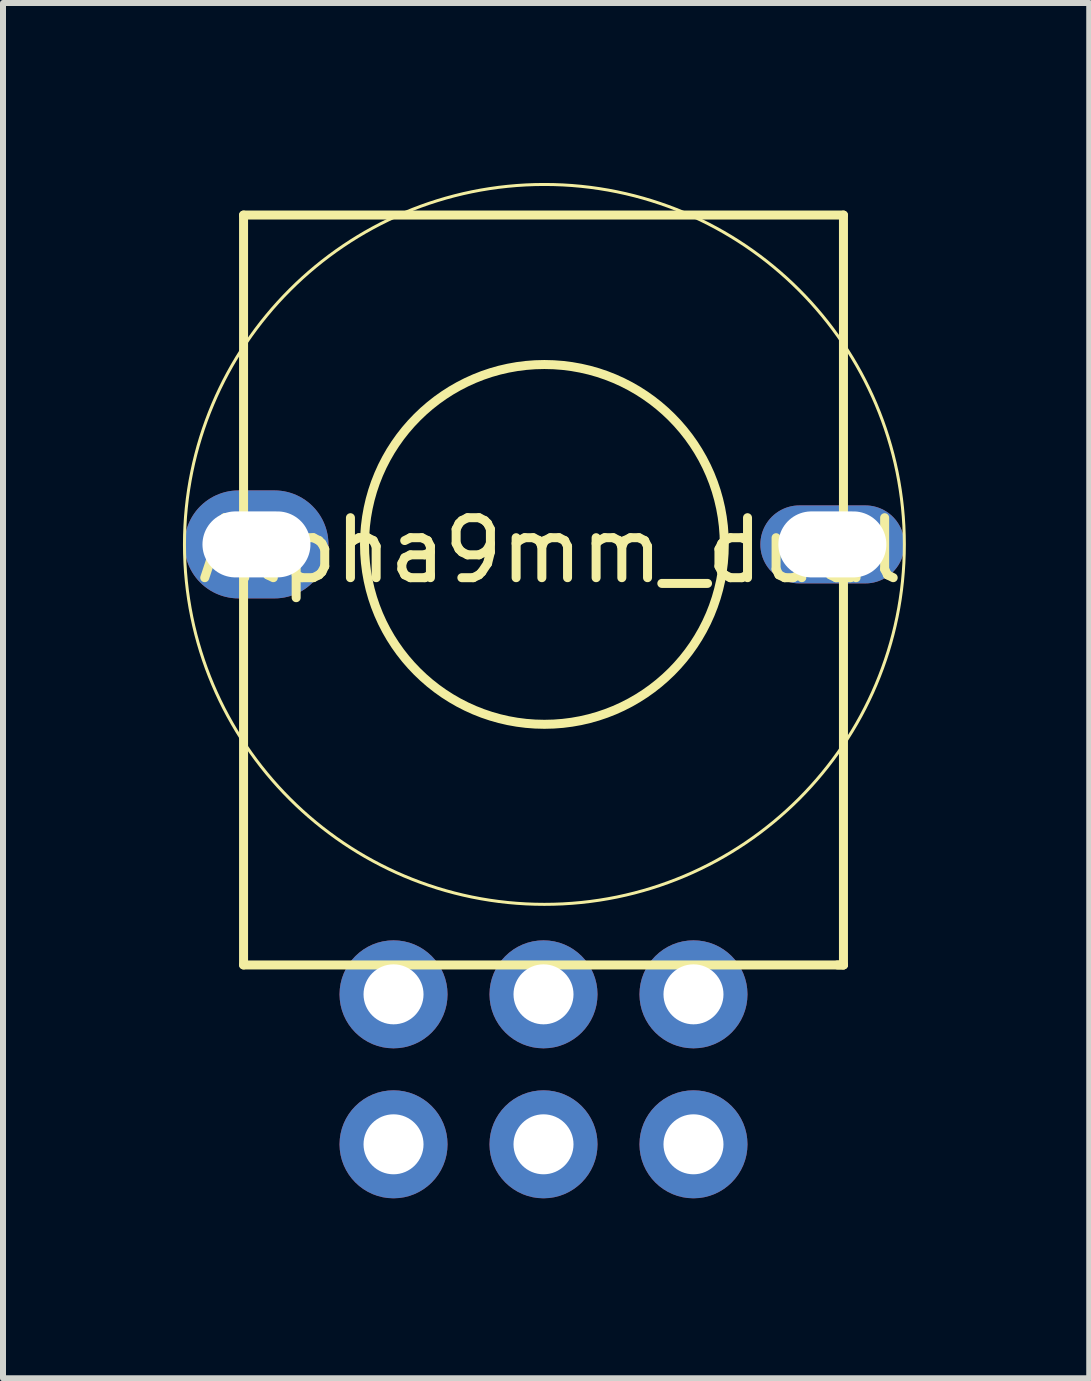
<source format=kicad_pcb>
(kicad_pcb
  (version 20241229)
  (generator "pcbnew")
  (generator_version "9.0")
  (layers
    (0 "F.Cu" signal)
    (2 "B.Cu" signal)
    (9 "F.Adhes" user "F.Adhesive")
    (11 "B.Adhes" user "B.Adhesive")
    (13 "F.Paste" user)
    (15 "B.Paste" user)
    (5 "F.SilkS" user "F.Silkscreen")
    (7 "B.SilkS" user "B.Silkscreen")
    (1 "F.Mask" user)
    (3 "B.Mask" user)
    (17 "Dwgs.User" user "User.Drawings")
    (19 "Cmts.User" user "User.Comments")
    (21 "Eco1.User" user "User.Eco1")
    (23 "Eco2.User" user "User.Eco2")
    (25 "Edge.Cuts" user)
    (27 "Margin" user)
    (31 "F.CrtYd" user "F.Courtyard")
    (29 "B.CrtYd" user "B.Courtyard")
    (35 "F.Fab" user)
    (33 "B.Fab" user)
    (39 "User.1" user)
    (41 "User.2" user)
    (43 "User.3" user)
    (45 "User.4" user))
  (footprint "Alpha9mm_dual"
    (layer "F.Cu")
    (at 6.025 6.025)
    (property "Reference" "Alpha9mm_dual" (at 0.1 0.1 0) (layer "F.SilkS") (effects (font (size 1 1) (thickness 0.15))))
    (attr through_hole)
    (fp_line (start -5.015 -5.49) (end 4.985 -5.49) (stroke (width 0.15) (type solid)) (layer "F.SilkS"))
    (fp_line (start -5.015 7.01) (end -5.015 -5.49) (stroke (width 0.15) (type solid)) (layer "F.SilkS"))
    (fp_line (start -5.015 7.01) (end 4.985 7.01) (stroke (width 0.15) (type solid)) (layer "F.SilkS"))
    (fp_line (start 4.985 7.01) (end 4.885 7.01) (stroke (width 0.15) (type solid)) (layer "F.SilkS"))
    (fp_line (start 4.985 7.01) (end 4.985 -5.49) (stroke (width 0.15) (type solid)) (layer "F.SilkS"))
    (fp_circle (center 0 0) (end 2.997 -0.102) (stroke (width 0.15) (type solid)) (fill no) (layer "F.SilkS"))
    (fp_circle (center 0 0) (end 6 0) (stroke (width 0.05) (type solid)) (fill no) (layer "F.SilkS"))
    (pad "1" thru_hole circle (at -2.515 7.5) (size 1.8 1.8) (drill 1) (layers "*.Cu" "*.Mask"))
    (pad "2" thru_hole circle (at -0.015 7.5) (size 1.8 1.8) (drill 1) (layers "*.Cu" "*.Mask"))
    (pad "3" thru_hole circle (at 2.485 7.5) (size 1.8 1.8) (drill 1) (layers "*.Cu" "*.Mask"))
    (pad "4" thru_hole circle (at -2.515 10 90) (size 1.8 1.8) (drill 1) (layers "*.Cu" "*.Mask"))
    (pad "5" thru_hole circle (at -0.015 10) (size 1.8 1.8) (drill 1) (layers "*.Cu" "*.Mask"))
    (pad "6" thru_hole circle (at 2.485 10) (size 1.8 1.8) (drill 1) (layers "*.Cu" "*.Mask"))
    (pad "7" thru_hole oval (at -4.8 0) (size 2.4 1.8) (drill oval 1.8 1.1) (layers "*.Cu" "*.Mask"))
    (pad "7" thru_hole oval (at 4.8 0) (size 2.4 1.3) (drill oval 1.8 1.1) (layers "*.Cu" "*.Mask")))
  (gr_rect
    (start -3 -3)
    (end 15.107 19.925)
    (stroke (width 0.1) (type default))
    (fill no)
    (layer "Edge.Cuts")))
</source>
